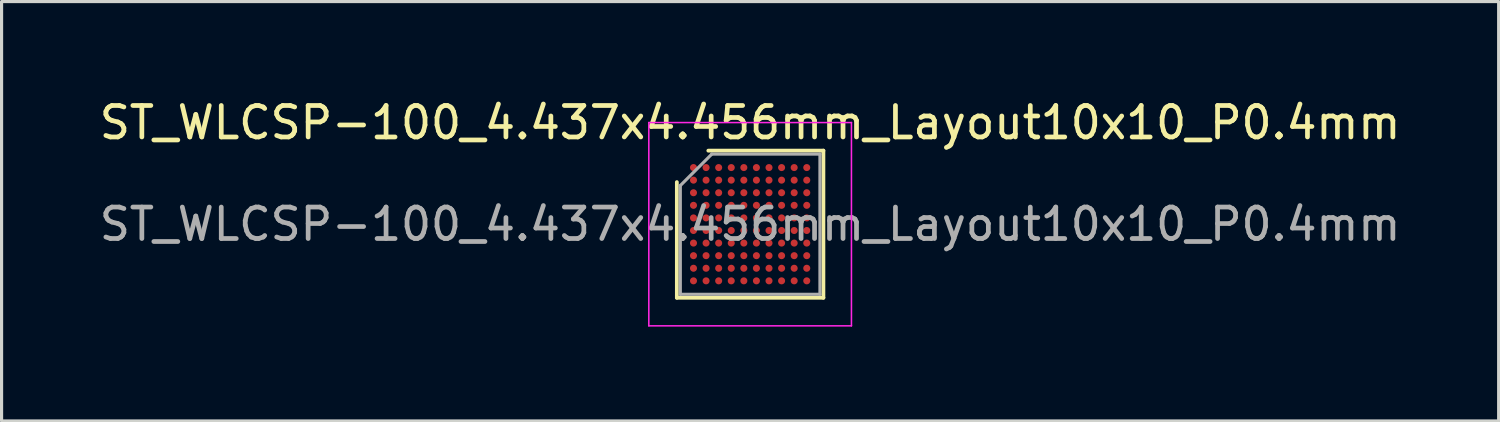
<source format=kicad_pcb>
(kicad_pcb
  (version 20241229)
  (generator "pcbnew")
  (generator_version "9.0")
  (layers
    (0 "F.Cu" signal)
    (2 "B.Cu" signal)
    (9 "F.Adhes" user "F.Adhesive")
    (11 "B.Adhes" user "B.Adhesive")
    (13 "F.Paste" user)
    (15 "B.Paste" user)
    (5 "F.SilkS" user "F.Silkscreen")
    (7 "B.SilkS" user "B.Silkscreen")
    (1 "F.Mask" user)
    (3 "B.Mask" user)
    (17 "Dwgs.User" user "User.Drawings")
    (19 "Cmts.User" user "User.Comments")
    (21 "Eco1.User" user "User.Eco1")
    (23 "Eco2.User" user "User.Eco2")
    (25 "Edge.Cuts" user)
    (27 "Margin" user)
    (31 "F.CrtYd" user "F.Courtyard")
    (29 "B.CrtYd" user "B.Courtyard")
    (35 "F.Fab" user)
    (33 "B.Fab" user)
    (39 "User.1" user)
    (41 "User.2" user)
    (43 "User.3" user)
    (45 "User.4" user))
  (footprint "ST_WLCSP-100_4.437x4.456mm_Layout10x10_P0.4mm"
    (layer "F.Cu")
    (at 20.792 4.076)
    (property "Reference" "ST_WLCSP-100_4.437x4.456mm_Layout10x10_P0.4mm" (at 0 -3.228 0) (layer "F.SilkS") (effects (font (size 1 1) (thickness 0.15))))
    (attr smd)
    (fp_line (start -2.329 2.338) (end -2.329 -1.338) (stroke (width 0.12) (type solid)) (layer "F.SilkS"))
    (fp_line (start -1.329 -2.338) (end 2.329 -2.338) (stroke (width 0.12) (type solid)) (layer "F.SilkS"))
    (fp_line (start 2.329 -2.338) (end 2.329 2.338) (stroke (width 0.12) (type solid)) (layer "F.SilkS"))
    (fp_line (start 2.329 2.338) (end -2.329 2.338) (stroke (width 0.12) (type solid)) (layer "F.SilkS"))
    (fp_line (start -3.22 -3.23) (end -3.22 3.23) (stroke (width 0.05) (type solid)) (layer "F.CrtYd"))
    (fp_line (start -3.22 3.23) (end 3.22 3.23) (stroke (width 0.05) (type solid)) (layer "F.CrtYd"))
    (fp_line (start 3.22 -3.23) (end -3.22 -3.23) (stroke (width 0.05) (type solid)) (layer "F.CrtYd"))
    (fp_line (start 3.22 3.23) (end 3.22 -3.23) (stroke (width 0.05) (type solid)) (layer "F.CrtYd"))
    (fp_line (start -2.219 -1.228) (end -1.218 -2.228) (stroke (width 0.1) (type solid)) (layer "F.Fab"))
    (fp_line (start -2.219 2.228) (end -2.219 -1.228) (stroke (width 0.1) (type solid)) (layer "F.Fab"))
    (fp_line (start -1.218 -2.228) (end 2.219 -2.228) (stroke (width 0.1) (type solid)) (layer "F.Fab"))
    (fp_line (start 2.219 -2.228) (end 2.219 2.228) (stroke (width 0.1) (type solid)) (layer "F.Fab"))
    (fp_line (start 2.219 2.228) (end -2.219 2.228) (stroke (width 0.1) (type solid)) (layer "F.Fab"))
    (fp_text user "${REFERENCE}" (at 0 0 0) (layer "F.Fab") (effects (font (size 1 1) (thickness 0.15))))
    (pad "A1" smd circle (at -1.8 -1.8) (size 0.225 0.225) (layers "F.Cu" "F.Mask" "F.Paste"))
    (pad "A2" smd circle (at -1.4 -1.8) (size 0.225 0.225) (layers "F.Cu" "F.Mask" "F.Paste"))
    (pad "A3" smd circle (at -1 -1.8) (size 0.225 0.225) (layers "F.Cu" "F.Mask" "F.Paste"))
    (pad "A4" smd circle (at -0.6 -1.8) (size 0.225 0.225) (layers "F.Cu" "F.Mask" "F.Paste"))
    (pad "A5" smd circle (at -0.2 -1.8) (size 0.225 0.225) (layers "F.Cu" "F.Mask" "F.Paste"))
    (pad "A6" smd circle (at 0.2 -1.8) (size 0.225 0.225) (layers "F.Cu" "F.Mask" "F.Paste"))
    (pad "A7" smd circle (at 0.6 -1.8) (size 0.225 0.225) (layers "F.Cu" "F.Mask" "F.Paste"))
    (pad "A8" smd circle (at 1 -1.8) (size 0.225 0.225) (layers "F.Cu" "F.Mask" "F.Paste"))
    (pad "A9" smd circle (at 1.4 -1.8) (size 0.225 0.225) (layers "F.Cu" "F.Mask" "F.Paste"))
    (pad "A10" smd circle (at 1.8 -1.8) (size 0.225 0.225) (layers "F.Cu" "F.Mask" "F.Paste"))
    (pad "B1" smd circle (at -1.8 -1.4) (size 0.225 0.225) (layers "F.Cu" "F.Mask" "F.Paste"))
    (pad "B2" smd circle (at -1.4 -1.4) (size 0.225 0.225) (layers "F.Cu" "F.Mask" "F.Paste"))
    (pad "B3" smd circle (at -1 -1.4) (size 0.225 0.225) (layers "F.Cu" "F.Mask" "F.Paste"))
    (pad "B4" smd circle (at -0.6 -1.4) (size 0.225 0.225) (layers "F.Cu" "F.Mask" "F.Paste"))
    (pad "B5" smd circle (at -0.2 -1.4) (size 0.225 0.225) (layers "F.Cu" "F.Mask" "F.Paste"))
    (pad "B6" smd circle (at 0.2 -1.4) (size 0.225 0.225) (layers "F.Cu" "F.Mask" "F.Paste"))
    (pad "B7" smd circle (at 0.6 -1.4) (size 0.225 0.225) (layers "F.Cu" "F.Mask" "F.Paste"))
    (pad "B8" smd circle (at 1 -1.4) (size 0.225 0.225) (layers "F.Cu" "F.Mask" "F.Paste"))
    (pad "B9" smd circle (at 1.4 -1.4) (size 0.225 0.225) (layers "F.Cu" "F.Mask" "F.Paste"))
    (pad "B10" smd circle (at 1.8 -1.4) (size 0.225 0.225) (layers "F.Cu" "F.Mask" "F.Paste"))
    (pad "C1" smd circle (at -1.8 -1) (size 0.225 0.225) (layers "F.Cu" "F.Mask" "F.Paste"))
    (pad "C2" smd circle (at -1.4 -1) (size 0.225 0.225) (layers "F.Cu" "F.Mask" "F.Paste"))
    (pad "C3" smd circle (at -1 -1) (size 0.225 0.225) (layers "F.Cu" "F.Mask" "F.Paste"))
    (pad "C4" smd circle (at -0.6 -1) (size 0.225 0.225) (layers "F.Cu" "F.Mask" "F.Paste"))
    (pad "C5" smd circle (at -0.2 -1) (size 0.225 0.225) (layers "F.Cu" "F.Mask" "F.Paste"))
    (pad "C6" smd circle (at 0.2 -1) (size 0.225 0.225) (layers "F.Cu" "F.Mask" "F.Paste"))
    (pad "C7" smd circle (at 0.6 -1) (size 0.225 0.225) (layers "F.Cu" "F.Mask" "F.Paste"))
    (pad "C8" smd circle (at 1 -1) (size 0.225 0.225) (layers "F.Cu" "F.Mask" "F.Paste"))
    (pad "C9" smd circle (at 1.4 -1) (size 0.225 0.225) (layers "F.Cu" "F.Mask" "F.Paste"))
    (pad "C10" smd circle (at 1.8 -1) (size 0.225 0.225) (layers "F.Cu" "F.Mask" "F.Paste"))
    (pad "D1" smd circle (at -1.8 -0.6) (size 0.225 0.225) (layers "F.Cu" "F.Mask" "F.Paste"))
    (pad "D2" smd circle (at -1.4 -0.6) (size 0.225 0.225) (layers "F.Cu" "F.Mask" "F.Paste"))
    (pad "D3" smd circle (at -1 -0.6) (size 0.225 0.225) (layers "F.Cu" "F.Mask" "F.Paste"))
    (pad "D4" smd circle (at -0.6 -0.6) (size 0.225 0.225) (layers "F.Cu" "F.Mask" "F.Paste"))
    (pad "D5" smd circle (at -0.2 -0.6) (size 0.225 0.225) (layers "F.Cu" "F.Mask" "F.Paste"))
    (pad "D6" smd circle (at 0.2 -0.6) (size 0.225 0.225) (layers "F.Cu" "F.Mask" "F.Paste"))
    (pad "D7" smd circle (at 0.6 -0.6) (size 0.225 0.225) (layers "F.Cu" "F.Mask" "F.Paste"))
    (pad "D8" smd circle (at 1 -0.6) (size 0.225 0.225) (layers "F.Cu" "F.Mask" "F.Paste"))
    (pad "D9" smd circle (at 1.4 -0.6) (size 0.225 0.225) (layers "F.Cu" "F.Mask" "F.Paste"))
    (pad "D10" smd circle (at 1.8 -0.6) (size 0.225 0.225) (layers "F.Cu" "F.Mask" "F.Paste"))
    (pad "E1" smd circle (at -1.8 -0.2) (size 0.225 0.225) (layers "F.Cu" "F.Mask" "F.Paste"))
    (pad "E2" smd circle (at -1.4 -0.2) (size 0.225 0.225) (layers "F.Cu" "F.Mask" "F.Paste"))
    (pad "E3" smd circle (at -1 -0.2) (size 0.225 0.225) (layers "F.Cu" "F.Mask" "F.Paste"))
    (pad "E4" smd circle (at -0.6 -0.2) (size 0.225 0.225) (layers "F.Cu" "F.Mask" "F.Paste"))
    (pad "E5" smd circle (at -0.2 -0.2) (size 0.225 0.225) (layers "F.Cu" "F.Mask" "F.Paste"))
    (pad "E6" smd circle (at 0.2 -0.2) (size 0.225 0.225) (layers "F.Cu" "F.Mask" "F.Paste"))
    (pad "E7" smd circle (at 0.6 -0.2) (size 0.225 0.225) (layers "F.Cu" "F.Mask" "F.Paste"))
    (pad "E8" smd circle (at 1 -0.2) (size 0.225 0.225) (layers "F.Cu" "F.Mask" "F.Paste"))
    (pad "E9" smd circle (at 1.4 -0.2) (size 0.225 0.225) (layers "F.Cu" "F.Mask" "F.Paste"))
    (pad "E10" smd circle (at 1.8 -0.2) (size 0.225 0.225) (layers "F.Cu" "F.Mask" "F.Paste"))
    (pad "F1" smd circle (at -1.8 0.2) (size 0.225 0.225) (layers "F.Cu" "F.Mask" "F.Paste"))
    (pad "F2" smd circle (at -1.4 0.2) (size 0.225 0.225) (layers "F.Cu" "F.Mask" "F.Paste"))
    (pad "F3" smd circle (at -1 0.2) (size 0.225 0.225) (layers "F.Cu" "F.Mask" "F.Paste"))
    (pad "F4" smd circle (at -0.6 0.2) (size 0.225 0.225) (layers "F.Cu" "F.Mask" "F.Paste"))
    (pad "F5" smd circle (at -0.2 0.2) (size 0.225 0.225) (layers "F.Cu" "F.Mask" "F.Paste"))
    (pad "F6" smd circle (at 0.2 0.2) (size 0.225 0.225) (layers "F.Cu" "F.Mask" "F.Paste"))
    (pad "F7" smd circle (at 0.6 0.2) (size 0.225 0.225) (layers "F.Cu" "F.Mask" "F.Paste"))
    (pad "F8" smd circle (at 1 0.2) (size 0.225 0.225) (layers "F.Cu" "F.Mask" "F.Paste"))
    (pad "F9" smd circle (at 1.4 0.2) (size 0.225 0.225) (layers "F.Cu" "F.Mask" "F.Paste"))
    (pad "F10" smd circle (at 1.8 0.2) (size 0.225 0.225) (layers "F.Cu" "F.Mask" "F.Paste"))
    (pad "G1" smd circle (at -1.8 0.6) (size 0.225 0.225) (layers "F.Cu" "F.Mask" "F.Paste"))
    (pad "G2" smd circle (at -1.4 0.6) (size 0.225 0.225) (layers "F.Cu" "F.Mask" "F.Paste"))
    (pad "G3" smd circle (at -1 0.6) (size 0.225 0.225) (layers "F.Cu" "F.Mask" "F.Paste"))
    (pad "G4" smd circle (at -0.6 0.6) (size 0.225 0.225) (layers "F.Cu" "F.Mask" "F.Paste"))
    (pad "G5" smd circle (at -0.2 0.6) (size 0.225 0.225) (layers "F.Cu" "F.Mask" "F.Paste"))
    (pad "G6" smd circle (at 0.2 0.6) (size 0.225 0.225) (layers "F.Cu" "F.Mask" "F.Paste"))
    (pad "G7" smd circle (at 0.6 0.6) (size 0.225 0.225) (layers "F.Cu" "F.Mask" "F.Paste"))
    (pad "G8" smd circle (at 1 0.6) (size 0.225 0.225) (layers "F.Cu" "F.Mask" "F.Paste"))
    (pad "G9" smd circle (at 1.4 0.6) (size 0.225 0.225) (layers "F.Cu" "F.Mask" "F.Paste"))
    (pad "G10" smd circle (at 1.8 0.6) (size 0.225 0.225) (layers "F.Cu" "F.Mask" "F.Paste"))
    (pad "H1" smd circle (at -1.8 1) (size 0.225 0.225) (layers "F.Cu" "F.Mask" "F.Paste"))
    (pad "H2" smd circle (at -1.4 1) (size 0.225 0.225) (layers "F.Cu" "F.Mask" "F.Paste"))
    (pad "H3" smd circle (at -1 1) (size 0.225 0.225) (layers "F.Cu" "F.Mask" "F.Paste"))
    (pad "H4" smd circle (at -0.6 1) (size 0.225 0.225) (layers "F.Cu" "F.Mask" "F.Paste"))
    (pad "H5" smd circle (at -0.2 1) (size 0.225 0.225) (layers "F.Cu" "F.Mask" "F.Paste"))
    (pad "H6" smd circle (at 0.2 1) (size 0.225 0.225) (layers "F.Cu" "F.Mask" "F.Paste"))
    (pad "H7" smd circle (at 0.6 1) (size 0.225 0.225) (layers "F.Cu" "F.Mask" "F.Paste"))
    (pad "H8" smd circle (at 1 1) (size 0.225 0.225) (layers "F.Cu" "F.Mask" "F.Paste"))
    (pad "H9" smd circle (at 1.4 1) (size 0.225 0.225) (layers "F.Cu" "F.Mask" "F.Paste"))
    (pad "H10" smd circle (at 1.8 1) (size 0.225 0.225) (layers "F.Cu" "F.Mask" "F.Paste"))
    (pad "J1" smd circle (at -1.8 1.4) (size 0.225 0.225) (layers "F.Cu" "F.Mask" "F.Paste"))
    (pad "J2" smd circle (at -1.4 1.4) (size 0.225 0.225) (layers "F.Cu" "F.Mask" "F.Paste"))
    (pad "J3" smd circle (at -1 1.4) (size 0.225 0.225) (layers "F.Cu" "F.Mask" "F.Paste"))
    (pad "J4" smd circle (at -0.6 1.4) (size 0.225 0.225) (layers "F.Cu" "F.Mask" "F.Paste"))
    (pad "J5" smd circle (at -0.2 1.4) (size 0.225 0.225) (layers "F.Cu" "F.Mask" "F.Paste"))
    (pad "J6" smd circle (at 0.2 1.4) (size 0.225 0.225) (layers "F.Cu" "F.Mask" "F.Paste"))
    (pad "J7" smd circle (at 0.6 1.4) (size 0.225 0.225) (layers "F.Cu" "F.Mask" "F.Paste"))
    (pad "J8" smd circle (at 1 1.4) (size 0.225 0.225) (layers "F.Cu" "F.Mask" "F.Paste"))
    (pad "J9" smd circle (at 1.4 1.4) (size 0.225 0.225) (layers "F.Cu" "F.Mask" "F.Paste"))
    (pad "J10" smd circle (at 1.8 1.4) (size 0.225 0.225) (layers "F.Cu" "F.Mask" "F.Paste"))
    (pad "K1" smd circle (at -1.8 1.8) (size 0.225 0.225) (layers "F.Cu" "F.Mask" "F.Paste"))
    (pad "K2" smd circle (at -1.4 1.8) (size 0.225 0.225) (layers "F.Cu" "F.Mask" "F.Paste"))
    (pad "K3" smd circle (at -1 1.8) (size 0.225 0.225) (layers "F.Cu" "F.Mask" "F.Paste"))
    (pad "K4" smd circle (at -0.6 1.8) (size 0.225 0.225) (layers "F.Cu" "F.Mask" "F.Paste"))
    (pad "K5" smd circle (at -0.2 1.8) (size 0.225 0.225) (layers "F.Cu" "F.Mask" "F.Paste"))
    (pad "K6" smd circle (at 0.2 1.8) (size 0.225 0.225) (layers "F.Cu" "F.Mask" "F.Paste"))
    (pad "K7" smd circle (at 0.6 1.8) (size 0.225 0.225) (layers "F.Cu" "F.Mask" "F.Paste"))
    (pad "K8" smd circle (at 1 1.8) (size 0.225 0.225) (layers "F.Cu" "F.Mask" "F.Paste"))
    (pad "K9" smd circle (at 1.4 1.8) (size 0.225 0.225) (layers "F.Cu" "F.Mask" "F.Paste"))
    (pad "K10" smd circle (at 1.8 1.8) (size 0.225 0.225) (layers "F.Cu" "F.Mask" "F.Paste")))
  (gr_rect
    (start -3 -3)
    (end 44.583 10.331)
    (stroke (width 0.1) (type default))
    (fill no)
    (layer "Edge.Cuts")))
</source>
